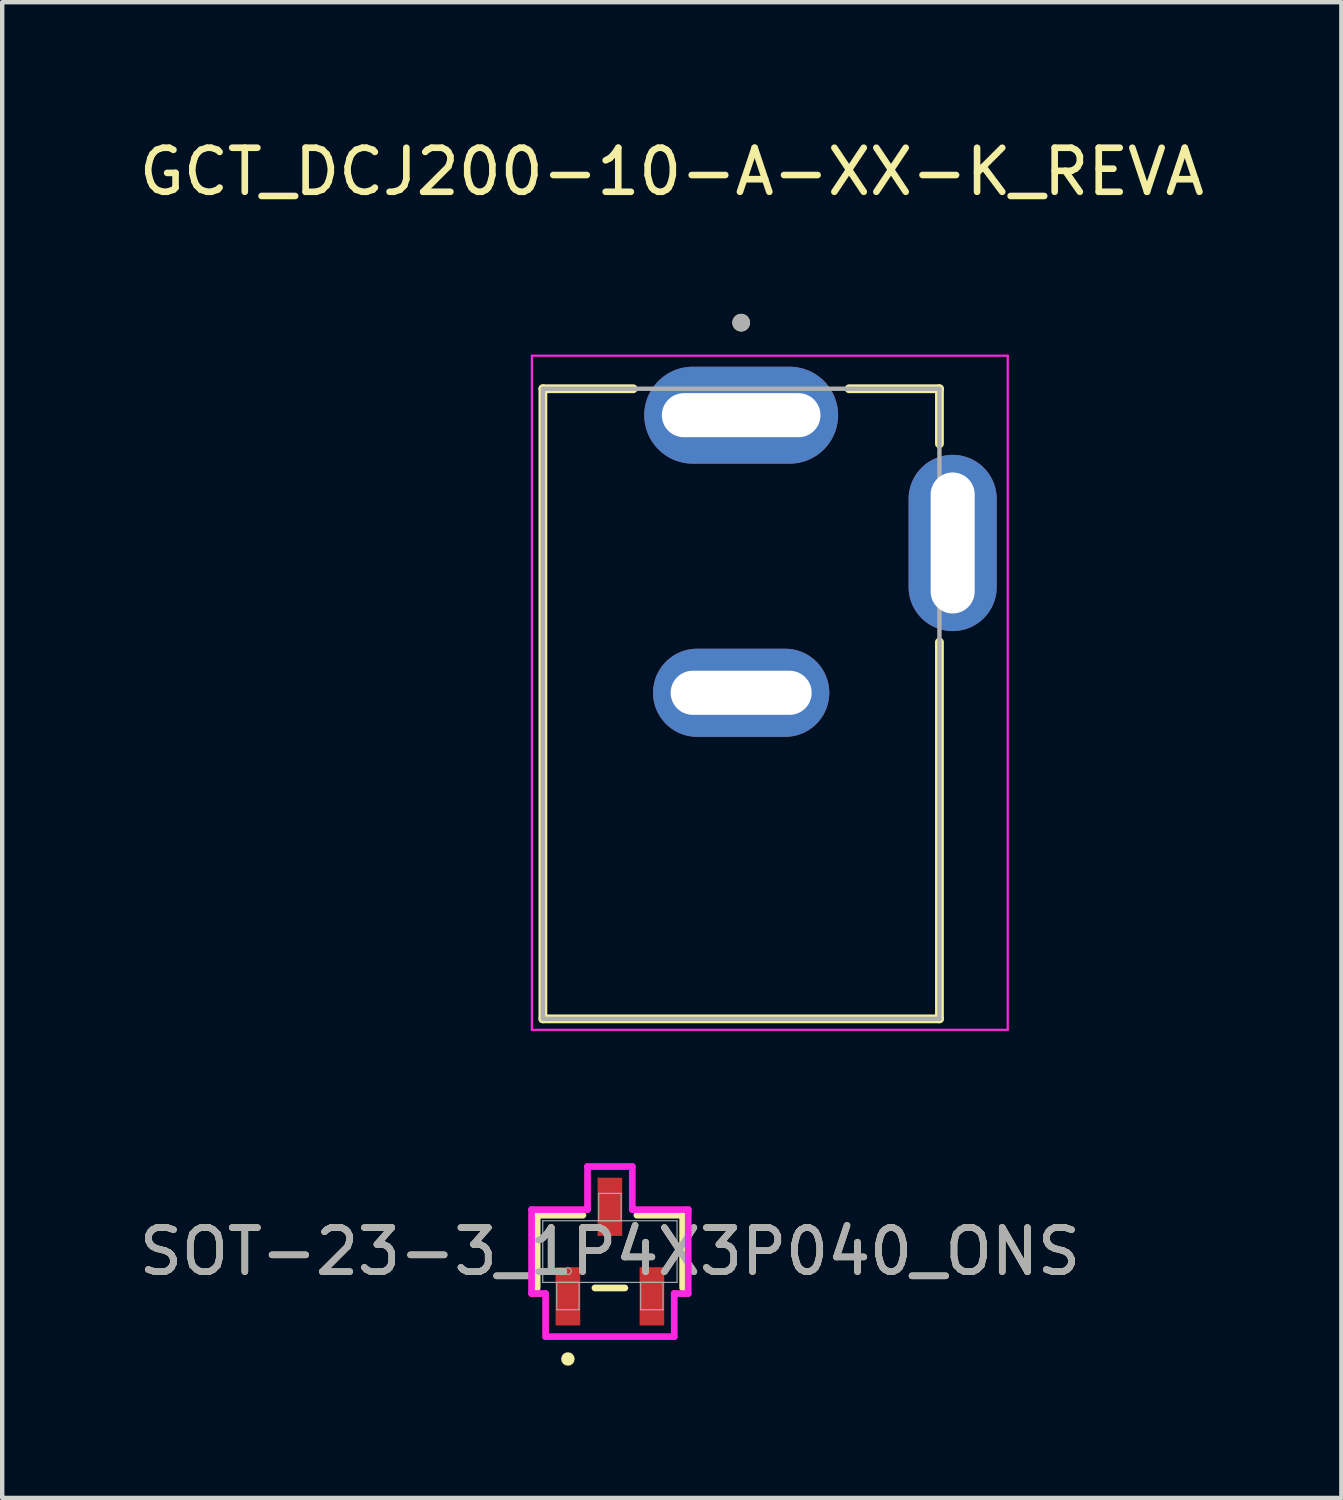
<source format=kicad_pcb>
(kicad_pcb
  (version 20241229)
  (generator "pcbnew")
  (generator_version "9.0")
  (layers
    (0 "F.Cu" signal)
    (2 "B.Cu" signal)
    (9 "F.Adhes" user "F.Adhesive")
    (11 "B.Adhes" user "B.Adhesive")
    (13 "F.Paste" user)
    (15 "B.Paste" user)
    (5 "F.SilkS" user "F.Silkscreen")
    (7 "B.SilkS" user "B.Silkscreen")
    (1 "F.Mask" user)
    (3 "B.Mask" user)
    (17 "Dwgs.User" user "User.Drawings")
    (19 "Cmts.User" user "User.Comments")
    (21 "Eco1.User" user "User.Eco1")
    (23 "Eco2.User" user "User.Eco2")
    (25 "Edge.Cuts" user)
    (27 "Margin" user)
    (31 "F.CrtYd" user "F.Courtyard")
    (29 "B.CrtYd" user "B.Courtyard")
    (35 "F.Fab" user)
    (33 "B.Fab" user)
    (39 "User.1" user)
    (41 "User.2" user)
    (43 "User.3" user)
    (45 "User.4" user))
  (footprint "GCT_DCJ200-10-A-XX-K_REVA"
    (layer "F.Cu")
    (at 13.771 12.923)
    (property "Reference" "GCT_DCJ200-10-A-XX-K_REVA" (at -1.575 -12.075 0) (layer "F.SilkS") (effects (font (size 1 1) (thickness 0.15))))
    (attr through_hole)
    (fp_line (start -4.5 7.15) (end -4.5 -7.15) (stroke (width 0.2) (type solid)) (layer "F.SilkS"))
    (fp_line (start -4.5 7.15) (end 4.5 7.15) (stroke (width 0.2) (type solid)) (layer "F.SilkS"))
    (fp_line (start -2.45 -7.15) (end -4.5 -7.15) (stroke (width 0.2) (type solid)) (layer "F.SilkS"))
    (fp_line (start 2.45 -7.15) (end 4.5 -7.15) (stroke (width 0.2) (type solid)) (layer "F.SilkS"))
    (fp_line (start 4.5 -7.15) (end 4.5 -5.9) (stroke (width 0.2) (type solid)) (layer "F.SilkS"))
    (fp_line (start 4.5 7.15) (end 4.5 -1.4) (stroke (width 0.2) (type solid)) (layer "F.SilkS"))
    (fp_circle (center 0 -8.65) (end 0.1 -8.65) (stroke (width 0.2) (type solid)) (fill no) (layer "F.SilkS"))
    (fp_line (start -4.75 -7.9) (end -4.75 7.4) (stroke (width 0.05) (type solid)) (layer "F.CrtYd"))
    (fp_line (start -4.75 7.4) (end 6.05 7.4) (stroke (width 0.05) (type solid)) (layer "F.CrtYd"))
    (fp_line (start 6.05 -7.9) (end -4.75 -7.9) (stroke (width 0.05) (type solid)) (layer "F.CrtYd"))
    (fp_line (start 6.05 7.4) (end 6.05 -7.9) (stroke (width 0.05) (type solid)) (layer "F.CrtYd"))
    (fp_line (start -4.5 -7.15) (end 4.5 -7.15) (stroke (width 0.1) (type solid)) (layer "F.Fab"))
    (fp_line (start -4.5 7.15) (end -4.5 -7.15) (stroke (width 0.1) (type solid)) (layer "F.Fab"))
    (fp_line (start -4.5 7.15) (end 4.5 7.15) (stroke (width 0.1) (type solid)) (layer "F.Fab"))
    (fp_line (start 4.5 7.15) (end 4.5 -7.15) (stroke (width 0.1) (type solid)) (layer "F.Fab"))
    (fp_circle (center 0 -8.65) (end 0.1 -8.65) (stroke (width 0.2) (type solid)) (fill no) (layer "F.Fab"))
    (pad "1" thru_hole oval (at 0 -6.55) (size 4.4 2.2) (drill oval 3.6 1) (layers "*.Cu" "*.Mask"))
    (pad "2" thru_hole oval (at 0 -0.25) (size 4 2) (drill oval 3.2 1) (layers "*.Cu" "*.Mask"))
    (pad "3" thru_hole oval (at 4.8 -3.65) (size 2 4) (drill oval 1 3.2) (layers "*.Cu" "*.Mask")))
  (footprint "SOT-23-3_1P4X3P040_ONS"
    (layer "F.Cu")
    (at 10.792 25.355)
    (property "Reference" "SOT-23-3_1P4X3P040_ONS" (at 0 0 0) (unlocked yes) (layer "F.SilkS") (effects (font (size 1 1) (thickness 0.15))))
    (attr smd)
    (fp_line (start -1.651 -0.826) (end -1.651 0.826) (stroke (width 0.152) (type solid)) (layer "F.SilkS"))
    (fp_line (start -0.612 -0.826) (end -1.651 -0.826) (stroke (width 0.152) (type solid)) (layer "F.SilkS"))
    (fp_line (start -0.34 0.826) (end 0.34 0.826) (stroke (width 0.152) (type solid)) (layer "F.SilkS"))
    (fp_line (start 1.651 -0.826) (end 0.612 -0.826) (stroke (width 0.152) (type solid)) (layer "F.SilkS"))
    (fp_line (start 1.651 0.826) (end 1.651 -0.826) (stroke (width 0.152) (type solid)) (layer "F.SilkS"))
    (fp_circle (center -0.953 2.438) (end -0.876 2.438) (stroke (width 0.152) (type solid)) (fill no) (layer "F.SilkS"))
    (fp_line (start -1.778 -0.953) (end -0.508 -0.953) (stroke (width 0.152) (type solid)) (layer "F.CrtYd"))
    (fp_line (start -1.778 0.953) (end -1.778 -0.953) (stroke (width 0.152) (type solid)) (layer "F.CrtYd"))
    (fp_line (start -1.778 0.953) (end -1.46 0.953) (stroke (width 0.152) (type solid)) (layer "F.CrtYd"))
    (fp_line (start -1.46 0.953) (end -1.46 1.93) (stroke (width 0.152) (type solid)) (layer "F.CrtYd"))
    (fp_line (start -1.46 1.93) (end 1.46 1.93) (stroke (width 0.152) (type solid)) (layer "F.CrtYd"))
    (fp_line (start -0.508 -1.93) (end 0.508 -1.93) (stroke (width 0.152) (type solid)) (layer "F.CrtYd"))
    (fp_line (start -0.508 -0.953) (end -0.508 -1.93) (stroke (width 0.152) (type solid)) (layer "F.CrtYd"))
    (fp_line (start 0.508 -0.953) (end 0.508 -1.93) (stroke (width 0.152) (type solid)) (layer "F.CrtYd"))
    (fp_line (start 1.46 0.953) (end 1.46 1.93) (stroke (width 0.152) (type solid)) (layer "F.CrtYd"))
    (fp_line (start 1.778 -0.953) (end 0.508 -0.953) (stroke (width 0.152) (type solid)) (layer "F.CrtYd"))
    (fp_line (start 1.778 -0.953) (end 1.778 0.953) (stroke (width 0.152) (type solid)) (layer "F.CrtYd"))
    (fp_line (start 1.778 0.953) (end 1.46 0.953) (stroke (width 0.152) (type solid)) (layer "F.CrtYd"))
    (fp_line (start -1.524 -0.699) (end -1.524 0.699) (stroke (width 0.025) (type solid)) (layer "F.Fab"))
    (fp_line (start -1.524 0.699) (end 1.524 0.699) (stroke (width 0.025) (type solid)) (layer "F.Fab"))
    (fp_line (start -1.206 0.699) (end -1.206 1.321) (stroke (width 0.025) (type solid)) (layer "F.Fab"))
    (fp_line (start -1.206 1.321) (end -0.699 1.321) (stroke (width 0.025) (type solid)) (layer "F.Fab"))
    (fp_line (start -0.699 0.699) (end -1.206 0.699) (stroke (width 0.025) (type solid)) (layer "F.Fab"))
    (fp_line (start -0.699 1.321) (end -0.699 0.699) (stroke (width 0.025) (type solid)) (layer "F.Fab"))
    (fp_line (start -0.254 -1.321) (end -0.254 -0.699) (stroke (width 0.025) (type solid)) (layer "F.Fab"))
    (fp_line (start -0.254 -0.699) (end 0.254 -0.699) (stroke (width 0.025) (type solid)) (layer "F.Fab"))
    (fp_line (start 0.254 -1.321) (end -0.254 -1.321) (stroke (width 0.025) (type solid)) (layer "F.Fab"))
    (fp_line (start 0.254 -0.699) (end 0.254 -1.321) (stroke (width 0.025) (type solid)) (layer "F.Fab"))
    (fp_line (start 0.699 0.699) (end 0.699 1.321) (stroke (width 0.025) (type solid)) (layer "F.Fab"))
    (fp_line (start 0.699 1.321) (end 1.206 1.321) (stroke (width 0.025) (type solid)) (layer "F.Fab"))
    (fp_line (start 1.206 0.699) (end 0.699 0.699) (stroke (width 0.025) (type solid)) (layer "F.Fab"))
    (fp_line (start 1.206 1.321) (end 1.206 0.699) (stroke (width 0.025) (type solid)) (layer "F.Fab"))
    (fp_line (start 1.524 -0.699) (end -1.524 -0.699) (stroke (width 0.025) (type solid)) (layer "F.Fab"))
    (fp_line (start 1.524 0.699) (end 1.524 -0.699) (stroke (width 0.025) (type solid)) (layer "F.Fab"))
    (fp_circle (center -0.953 0.445) (end -0.876 0.445) (stroke (width 0.025) (type solid)) (fill no) (layer "F.Fab"))
    (fp_text user "${REFERENCE}" (at 0 0 0) (unlocked yes) (layer "F.Fab") (effects (font (size 1 1) (thickness 0.15))))
    (pad "1" smd rect (at -0.953 1.016) (size 0.559 1.321) (layers "F.Cu" "F.Mask" "F.Paste"))
    (pad "2" smd rect (at 0.953 1.016) (size 0.559 1.321) (layers "F.Cu" "F.Mask" "F.Paste"))
    (pad "3" smd rect (at 0 -1.016) (size 0.559 1.321) (layers "F.Cu" "F.Mask" "F.Paste")))
  (gr_rect
    (start -3 -3)
    (end 27.393 30.946)
    (stroke (width 0.1) (type default))
    (fill no)
    (layer "Edge.Cuts")))
</source>
